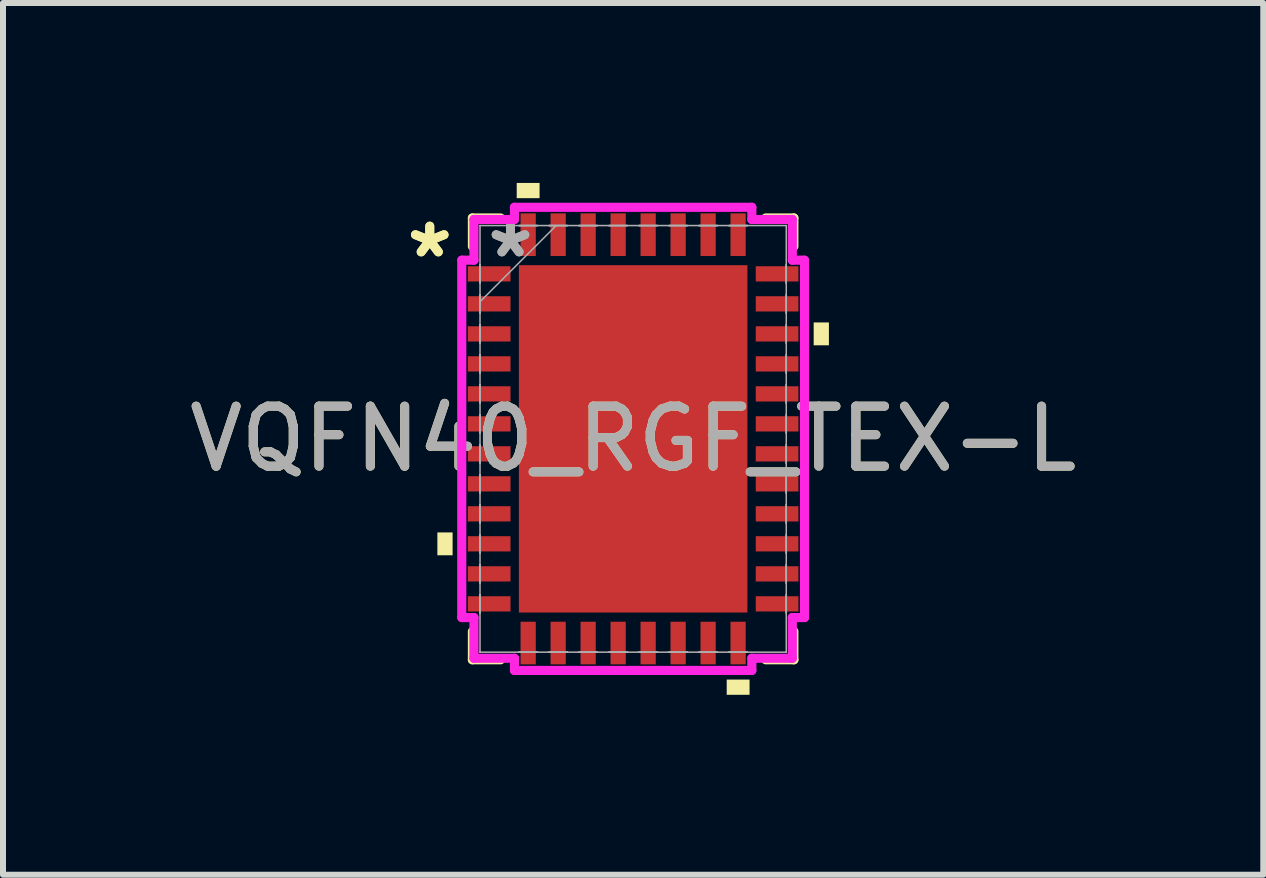
<source format=kicad_pcb>
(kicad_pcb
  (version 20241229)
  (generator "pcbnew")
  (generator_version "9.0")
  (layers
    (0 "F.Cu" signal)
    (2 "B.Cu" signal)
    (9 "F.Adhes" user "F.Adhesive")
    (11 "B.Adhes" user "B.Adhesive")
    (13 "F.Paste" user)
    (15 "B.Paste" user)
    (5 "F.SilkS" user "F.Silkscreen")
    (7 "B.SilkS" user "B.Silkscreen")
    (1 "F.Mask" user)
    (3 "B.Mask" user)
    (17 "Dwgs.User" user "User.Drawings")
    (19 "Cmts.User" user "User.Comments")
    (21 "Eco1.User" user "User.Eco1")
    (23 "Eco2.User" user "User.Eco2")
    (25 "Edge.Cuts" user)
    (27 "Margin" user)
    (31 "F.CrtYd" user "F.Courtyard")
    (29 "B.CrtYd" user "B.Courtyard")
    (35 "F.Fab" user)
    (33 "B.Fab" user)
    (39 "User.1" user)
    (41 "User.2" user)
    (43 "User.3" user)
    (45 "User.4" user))
  (footprint "VQFN40_RGF_TEX-L"
    (layer "F.Cu")
    (at 7.506 4.267)
    (property "Reference" "VQFN40_RGF_TEX-L" (at 0 0 0) (unlocked yes) (layer "F.SilkS") (effects (font (size 1 1) (thickness 0.15))))
    (attr smd)
    (fp_line (start -2.68 -3.683) (end -2.68 -3.21) (stroke (width 0.152) (type solid)) (layer "F.SilkS"))
    (fp_line (start -2.68 3.21) (end -2.68 3.683) (stroke (width 0.152) (type solid)) (layer "F.SilkS"))
    (fp_line (start -2.68 3.683) (end -2.21 3.683) (stroke (width 0.152) (type solid)) (layer "F.SilkS"))
    (fp_line (start -2.21 -3.683) (end -2.68 -3.683) (stroke (width 0.152) (type solid)) (layer "F.SilkS"))
    (fp_line (start 2.21 3.683) (end 2.68 3.683) (stroke (width 0.152) (type solid)) (layer "F.SilkS"))
    (fp_line (start 2.68 -3.683) (end 2.21 -3.683) (stroke (width 0.152) (type solid)) (layer "F.SilkS"))
    (fp_line (start 2.68 -3.21) (end 2.68 -3.683) (stroke (width 0.152) (type solid)) (layer "F.SilkS"))
    (fp_line (start 2.68 3.683) (end 2.68 3.21) (stroke (width 0.152) (type solid)) (layer "F.SilkS"))
    (fp_poly (pts (xy -3.264 1.56) (xy -3.264 1.941) (xy -3.01 1.941) (xy -3.01 1.56)) (stroke (width 0) (type solid)) (fill yes) (layer "F.SilkS"))
    (fp_poly (pts (xy -1.941 -4.013) (xy -1.941 -4.267) (xy -1.56 -4.267) (xy -1.56 -4.013)) (stroke (width 0) (type solid)) (fill yes) (layer "F.SilkS"))
    (fp_poly (pts (xy 1.56 4.013) (xy 1.56 4.267) (xy 1.941 4.267) (xy 1.941 4.013)) (stroke (width 0) (type solid)) (fill yes) (layer "F.SilkS"))
    (fp_poly (pts (xy 3.264 -1.941) (xy 3.264 -1.56) (xy 3.01 -1.56) (xy 3.01 -1.941)) (stroke (width 0) (type solid)) (fill yes) (layer "F.SilkS"))
    (fp_poly (pts (xy -1.805 -2.796) (xy -1.805 -1.548) (xy -0.735 -1.548) (xy -0.735 -2.796)) (stroke (width 0) (type solid)) (fill yes) (layer "F.Paste"))
    (fp_poly (pts (xy -1.805 -1.348) (xy -1.805 -0.1) (xy -0.735 -0.1) (xy -0.735 -1.348)) (stroke (width 0) (type solid)) (fill yes) (layer "F.Paste"))
    (fp_poly (pts (xy -1.805 0.1) (xy -1.805 1.348) (xy -0.735 1.348) (xy -0.735 0.1)) (stroke (width 0) (type solid)) (fill yes) (layer "F.Paste"))
    (fp_poly (pts (xy -1.805 1.548) (xy -1.805 2.796) (xy -0.735 2.796) (xy -0.735 1.548)) (stroke (width 0) (type solid)) (fill yes) (layer "F.Paste"))
    (fp_poly (pts (xy -0.535 -2.796) (xy -0.535 -1.548) (xy 0.535 -1.548) (xy 0.535 -2.796)) (stroke (width 0) (type solid)) (fill yes) (layer "F.Paste"))
    (fp_poly (pts (xy -0.535 -1.348) (xy -0.535 -0.1) (xy 0.535 -0.1) (xy 0.535 -1.348)) (stroke (width 0) (type solid)) (fill yes) (layer "F.Paste"))
    (fp_poly (pts (xy -0.535 0.1) (xy -0.535 1.348) (xy 0.535 1.348) (xy 0.535 0.1)) (stroke (width 0) (type solid)) (fill yes) (layer "F.Paste"))
    (fp_poly (pts (xy -0.535 1.548) (xy -0.535 2.796) (xy 0.535 2.796) (xy 0.535 1.548)) (stroke (width 0) (type solid)) (fill yes) (layer "F.Paste"))
    (fp_poly (pts (xy 0.735 -2.796) (xy 0.735 -1.548) (xy 1.805 -1.548) (xy 1.805 -2.796)) (stroke (width 0) (type solid)) (fill yes) (layer "F.Paste"))
    (fp_poly (pts (xy 0.735 -1.348) (xy 0.735 -0.1) (xy 1.805 -0.1) (xy 1.805 -1.348)) (stroke (width 0) (type solid)) (fill yes) (layer "F.Paste"))
    (fp_poly (pts (xy 0.735 0.1) (xy 0.735 1.348) (xy 1.805 1.348) (xy 1.805 0.1)) (stroke (width 0) (type solid)) (fill yes) (layer "F.Paste"))
    (fp_poly (pts (xy 0.735 1.548) (xy 0.735 2.796) (xy 1.805 2.796) (xy 1.805 1.548)) (stroke (width 0) (type solid)) (fill yes) (layer "F.Paste"))
    (fp_line (start -2.857 -2.979) (end -2.654 -2.979) (stroke (width 0.152) (type solid)) (layer "F.CrtYd"))
    (fp_line (start -2.857 2.979) (end -2.857 -2.979) (stroke (width 0.152) (type solid)) (layer "F.CrtYd"))
    (fp_line (start -2.654 -3.658) (end -1.979 -3.658) (stroke (width 0.152) (type solid)) (layer "F.CrtYd"))
    (fp_line (start -2.654 -2.979) (end -2.654 -3.658) (stroke (width 0.152) (type solid)) (layer "F.CrtYd"))
    (fp_line (start -2.654 2.979) (end -2.857 2.979) (stroke (width 0.152) (type solid)) (layer "F.CrtYd"))
    (fp_line (start -2.654 3.658) (end -2.654 2.979) (stroke (width 0.152) (type solid)) (layer "F.CrtYd"))
    (fp_line (start -1.979 -3.861) (end 1.979 -3.861) (stroke (width 0.152) (type solid)) (layer "F.CrtYd"))
    (fp_line (start -1.979 -3.658) (end -1.979 -3.861) (stroke (width 0.152) (type solid)) (layer "F.CrtYd"))
    (fp_line (start -1.979 3.658) (end -2.654 3.658) (stroke (width 0.152) (type solid)) (layer "F.CrtYd"))
    (fp_line (start -1.979 3.861) (end -1.979 3.658) (stroke (width 0.152) (type solid)) (layer "F.CrtYd"))
    (fp_line (start 1.979 -3.861) (end 1.979 -3.658) (stroke (width 0.152) (type solid)) (layer "F.CrtYd"))
    (fp_line (start 1.979 -3.658) (end 2.654 -3.658) (stroke (width 0.152) (type solid)) (layer "F.CrtYd"))
    (fp_line (start 1.979 3.658) (end 1.979 3.861) (stroke (width 0.152) (type solid)) (layer "F.CrtYd"))
    (fp_line (start 1.979 3.861) (end -1.979 3.861) (stroke (width 0.152) (type solid)) (layer "F.CrtYd"))
    (fp_line (start 2.654 -3.658) (end 2.654 -2.979) (stroke (width 0.152) (type solid)) (layer "F.CrtYd"))
    (fp_line (start 2.654 -2.979) (end 2.857 -2.979) (stroke (width 0.152) (type solid)) (layer "F.CrtYd"))
    (fp_line (start 2.654 2.979) (end 2.654 3.658) (stroke (width 0.152) (type solid)) (layer "F.CrtYd"))
    (fp_line (start 2.654 3.658) (end 1.979 3.658) (stroke (width 0.152) (type solid)) (layer "F.CrtYd"))
    (fp_line (start 2.857 -2.979) (end 2.857 2.979) (stroke (width 0.152) (type solid)) (layer "F.CrtYd"))
    (fp_line (start 2.857 2.979) (end 2.654 2.979) (stroke (width 0.152) (type solid)) (layer "F.CrtYd"))
    (fp_line (start -2.553 -3.556) (end -2.553 -3.556) (stroke (width 0.025) (type solid)) (layer "F.Fab"))
    (fp_line (start -2.553 -3.556) (end -2.553 3.556) (stroke (width 0.025) (type solid)) (layer "F.Fab"))
    (fp_line (start -2.553 -2.903) (end -2.553 -2.903) (stroke (width 0.025) (type solid)) (layer "F.Fab"))
    (fp_line (start -2.553 -2.903) (end -2.553 -2.598) (stroke (width 0.025) (type solid)) (layer "F.Fab"))
    (fp_line (start -2.553 -2.598) (end -2.553 -2.903) (stroke (width 0.025) (type solid)) (layer "F.Fab"))
    (fp_line (start -2.553 -2.598) (end -2.553 -2.598) (stroke (width 0.025) (type solid)) (layer "F.Fab"))
    (fp_line (start -2.553 -2.403) (end -2.553 -2.403) (stroke (width 0.025) (type solid)) (layer "F.Fab"))
    (fp_line (start -2.553 -2.403) (end -2.553 -2.098) (stroke (width 0.025) (type solid)) (layer "F.Fab"))
    (fp_line (start -2.553 -2.286) (end -1.283 -3.556) (stroke (width 0.025) (type solid)) (layer "F.Fab"))
    (fp_line (start -2.553 -2.098) (end -2.553 -2.403) (stroke (width 0.025) (type solid)) (layer "F.Fab"))
    (fp_line (start -2.553 -2.098) (end -2.553 -2.098) (stroke (width 0.025) (type solid)) (layer "F.Fab"))
    (fp_line (start -2.553 -1.903) (end -2.553 -1.903) (stroke (width 0.025) (type solid)) (layer "F.Fab"))
    (fp_line (start -2.553 -1.903) (end -2.553 -1.598) (stroke (width 0.025) (type solid)) (layer "F.Fab"))
    (fp_line (start -2.553 -1.598) (end -2.553 -1.903) (stroke (width 0.025) (type solid)) (layer "F.Fab"))
    (fp_line (start -2.553 -1.598) (end -2.553 -1.598) (stroke (width 0.025) (type solid)) (layer "F.Fab"))
    (fp_line (start -2.553 -1.403) (end -2.553 -1.403) (stroke (width 0.025) (type solid)) (layer "F.Fab"))
    (fp_line (start -2.553 -1.403) (end -2.553 -1.098) (stroke (width 0.025) (type solid)) (layer "F.Fab"))
    (fp_line (start -2.553 -1.098) (end -2.553 -1.403) (stroke (width 0.025) (type solid)) (layer "F.Fab"))
    (fp_line (start -2.553 -1.098) (end -2.553 -1.098) (stroke (width 0.025) (type solid)) (layer "F.Fab"))
    (fp_line (start -2.553 -0.903) (end -2.553 -0.903) (stroke (width 0.025) (type solid)) (layer "F.Fab"))
    (fp_line (start -2.553 -0.903) (end -2.553 -0.598) (stroke (width 0.025) (type solid)) (layer "F.Fab"))
    (fp_line (start -2.553 -0.598) (end -2.553 -0.903) (stroke (width 0.025) (type solid)) (layer "F.Fab"))
    (fp_line (start -2.553 -0.598) (end -2.553 -0.598) (stroke (width 0.025) (type solid)) (layer "F.Fab"))
    (fp_line (start -2.553 -0.402) (end -2.553 -0.402) (stroke (width 0.025) (type solid)) (layer "F.Fab"))
    (fp_line (start -2.553 -0.402) (end -2.553 -0.098) (stroke (width 0.025) (type solid)) (layer "F.Fab"))
    (fp_line (start -2.553 -0.098) (end -2.553 -0.402) (stroke (width 0.025) (type solid)) (layer "F.Fab"))
    (fp_line (start -2.553 -0.098) (end -2.553 -0.098) (stroke (width 0.025) (type solid)) (layer "F.Fab"))
    (fp_line (start -2.553 0.098) (end -2.553 0.098) (stroke (width 0.025) (type solid)) (layer "F.Fab"))
    (fp_line (start -2.553 0.098) (end -2.553 0.402) (stroke (width 0.025) (type solid)) (layer "F.Fab"))
    (fp_line (start -2.553 0.402) (end -2.553 0.098) (stroke (width 0.025) (type solid)) (layer "F.Fab"))
    (fp_line (start -2.553 0.402) (end -2.553 0.402) (stroke (width 0.025) (type solid)) (layer "F.Fab"))
    (fp_line (start -2.553 0.598) (end -2.553 0.598) (stroke (width 0.025) (type solid)) (layer "F.Fab"))
    (fp_line (start -2.553 0.598) (end -2.553 0.903) (stroke (width 0.025) (type solid)) (layer "F.Fab"))
    (fp_line (start -2.553 0.903) (end -2.553 0.598) (stroke (width 0.025) (type solid)) (layer "F.Fab"))
    (fp_line (start -2.553 0.903) (end -2.553 0.903) (stroke (width 0.025) (type solid)) (layer "F.Fab"))
    (fp_line (start -2.553 1.098) (end -2.553 1.098) (stroke (width 0.025) (type solid)) (layer "F.Fab"))
    (fp_line (start -2.553 1.098) (end -2.553 1.403) (stroke (width 0.025) (type solid)) (layer "F.Fab"))
    (fp_line (start -2.553 1.403) (end -2.553 1.098) (stroke (width 0.025) (type solid)) (layer "F.Fab"))
    (fp_line (start -2.553 1.403) (end -2.553 1.403) (stroke (width 0.025) (type solid)) (layer "F.Fab"))
    (fp_line (start -2.553 1.598) (end -2.553 1.598) (stroke (width 0.025) (type solid)) (layer "F.Fab"))
    (fp_line (start -2.553 1.598) (end -2.553 1.903) (stroke (width 0.025) (type solid)) (layer "F.Fab"))
    (fp_line (start -2.553 1.903) (end -2.553 1.598) (stroke (width 0.025) (type solid)) (layer "F.Fab"))
    (fp_line (start -2.553 1.903) (end -2.553 1.903) (stroke (width 0.025) (type solid)) (layer "F.Fab"))
    (fp_line (start -2.553 2.098) (end -2.553 2.098) (stroke (width 0.025) (type solid)) (layer "F.Fab"))
    (fp_line (start -2.553 2.098) (end -2.553 2.403) (stroke (width 0.025) (type solid)) (layer "F.Fab"))
    (fp_line (start -2.553 2.403) (end -2.553 2.098) (stroke (width 0.025) (type solid)) (layer "F.Fab"))
    (fp_line (start -2.553 2.403) (end -2.553 2.403) (stroke (width 0.025) (type solid)) (layer "F.Fab"))
    (fp_line (start -2.553 2.598) (end -2.553 2.598) (stroke (width 0.025) (type solid)) (layer "F.Fab"))
    (fp_line (start -2.553 2.598) (end -2.553 2.903) (stroke (width 0.025) (type solid)) (layer "F.Fab"))
    (fp_line (start -2.553 2.903) (end -2.553 2.598) (stroke (width 0.025) (type solid)) (layer "F.Fab"))
    (fp_line (start -2.553 2.903) (end -2.553 2.903) (stroke (width 0.025) (type solid)) (layer "F.Fab"))
    (fp_line (start -2.553 3.556) (end -2.553 3.556) (stroke (width 0.025) (type solid)) (layer "F.Fab"))
    (fp_line (start -2.553 3.556) (end 2.553 3.556) (stroke (width 0.025) (type solid)) (layer "F.Fab"))
    (fp_line (start -1.903 -3.556) (end -1.903 -3.556) (stroke (width 0.025) (type solid)) (layer "F.Fab"))
    (fp_line (start -1.903 -3.556) (end -1.598 -3.556) (stroke (width 0.025) (type solid)) (layer "F.Fab"))
    (fp_line (start -1.903 3.556) (end -1.903 3.556) (stroke (width 0.025) (type solid)) (layer "F.Fab"))
    (fp_line (start -1.903 3.556) (end -1.598 3.556) (stroke (width 0.025) (type solid)) (layer "F.Fab"))
    (fp_line (start -1.598 -3.556) (end -1.903 -3.556) (stroke (width 0.025) (type solid)) (layer "F.Fab"))
    (fp_line (start -1.598 -3.556) (end -1.598 -3.556) (stroke (width 0.025) (type solid)) (layer "F.Fab"))
    (fp_line (start -1.598 3.556) (end -1.903 3.556) (stroke (width 0.025) (type solid)) (layer "F.Fab"))
    (fp_line (start -1.598 3.556) (end -1.598 3.556) (stroke (width 0.025) (type solid)) (layer "F.Fab"))
    (fp_line (start -1.403 -3.556) (end -1.403 -3.556) (stroke (width 0.025) (type solid)) (layer "F.Fab"))
    (fp_line (start -1.403 -3.556) (end -1.098 -3.556) (stroke (width 0.025) (type solid)) (layer "F.Fab"))
    (fp_line (start -1.403 3.556) (end -1.403 3.556) (stroke (width 0.025) (type solid)) (layer "F.Fab"))
    (fp_line (start -1.403 3.556) (end -1.098 3.556) (stroke (width 0.025) (type solid)) (layer "F.Fab"))
    (fp_line (start -1.098 -3.556) (end -1.403 -3.556) (stroke (width 0.025) (type solid)) (layer "F.Fab"))
    (fp_line (start -1.098 -3.556) (end -1.098 -3.556) (stroke (width 0.025) (type solid)) (layer "F.Fab"))
    (fp_line (start -1.098 3.556) (end -1.403 3.556) (stroke (width 0.025) (type solid)) (layer "F.Fab"))
    (fp_line (start -1.098 3.556) (end -1.098 3.556) (stroke (width 0.025) (type solid)) (layer "F.Fab"))
    (fp_line (start -0.903 -3.556) (end -0.903 -3.556) (stroke (width 0.025) (type solid)) (layer "F.Fab"))
    (fp_line (start -0.903 -3.556) (end -0.598 -3.556) (stroke (width 0.025) (type solid)) (layer "F.Fab"))
    (fp_line (start -0.903 3.556) (end -0.903 3.556) (stroke (width 0.025) (type solid)) (layer "F.Fab"))
    (fp_line (start -0.903 3.556) (end -0.598 3.556) (stroke (width 0.025) (type solid)) (layer "F.Fab"))
    (fp_line (start -0.598 -3.556) (end -0.903 -3.556) (stroke (width 0.025) (type solid)) (layer "F.Fab"))
    (fp_line (start -0.598 -3.556) (end -0.598 -3.556) (stroke (width 0.025) (type solid)) (layer "F.Fab"))
    (fp_line (start -0.598 3.556) (end -0.903 3.556) (stroke (width 0.025) (type solid)) (layer "F.Fab"))
    (fp_line (start -0.598 3.556) (end -0.598 3.556) (stroke (width 0.025) (type solid)) (layer "F.Fab"))
    (fp_line (start -0.402 -3.556) (end -0.402 -3.556) (stroke (width 0.025) (type solid)) (layer "F.Fab"))
    (fp_line (start -0.402 -3.556) (end -0.098 -3.556) (stroke (width 0.025) (type solid)) (layer "F.Fab"))
    (fp_line (start -0.402 3.556) (end -0.402 3.556) (stroke (width 0.025) (type solid)) (layer "F.Fab"))
    (fp_line (start -0.402 3.556) (end -0.098 3.556) (stroke (width 0.025) (type solid)) (layer "F.Fab"))
    (fp_line (start -0.098 -3.556) (end -0.402 -3.556) (stroke (width 0.025) (type solid)) (layer "F.Fab"))
    (fp_line (start -0.098 -3.556) (end -0.098 -3.556) (stroke (width 0.025) (type solid)) (layer "F.Fab"))
    (fp_line (start -0.098 3.556) (end -0.402 3.556) (stroke (width 0.025) (type solid)) (layer "F.Fab"))
    (fp_line (start -0.098 3.556) (end -0.098 3.556) (stroke (width 0.025) (type solid)) (layer "F.Fab"))
    (fp_line (start 0.098 -3.556) (end 0.098 -3.556) (stroke (width 0.025) (type solid)) (layer "F.Fab"))
    (fp_line (start 0.098 -3.556) (end 0.402 -3.556) (stroke (width 0.025) (type solid)) (layer "F.Fab"))
    (fp_line (start 0.098 3.556) (end 0.098 3.556) (stroke (width 0.025) (type solid)) (layer "F.Fab"))
    (fp_line (start 0.098 3.556) (end 0.402 3.556) (stroke (width 0.025) (type solid)) (layer "F.Fab"))
    (fp_line (start 0.402 -3.556) (end 0.098 -3.556) (stroke (width 0.025) (type solid)) (layer "F.Fab"))
    (fp_line (start 0.402 -3.556) (end 0.402 -3.556) (stroke (width 0.025) (type solid)) (layer "F.Fab"))
    (fp_line (start 0.402 3.556) (end 0.098 3.556) (stroke (width 0.025) (type solid)) (layer "F.Fab"))
    (fp_line (start 0.402 3.556) (end 0.402 3.556) (stroke (width 0.025) (type solid)) (layer "F.Fab"))
    (fp_line (start 0.598 -3.556) (end 0.598 -3.556) (stroke (width 0.025) (type solid)) (layer "F.Fab"))
    (fp_line (start 0.598 -3.556) (end 0.903 -3.556) (stroke (width 0.025) (type solid)) (layer "F.Fab"))
    (fp_line (start 0.598 3.556) (end 0.598 3.556) (stroke (width 0.025) (type solid)) (layer "F.Fab"))
    (fp_line (start 0.598 3.556) (end 0.903 3.556) (stroke (width 0.025) (type solid)) (layer "F.Fab"))
    (fp_line (start 0.903 -3.556) (end 0.598 -3.556) (stroke (width 0.025) (type solid)) (layer "F.Fab"))
    (fp_line (start 0.903 -3.556) (end 0.903 -3.556) (stroke (width 0.025) (type solid)) (layer "F.Fab"))
    (fp_line (start 0.903 3.556) (end 0.598 3.556) (stroke (width 0.025) (type solid)) (layer "F.Fab"))
    (fp_line (start 0.903 3.556) (end 0.903 3.556) (stroke (width 0.025) (type solid)) (layer "F.Fab"))
    (fp_line (start 1.098 -3.556) (end 1.098 -3.556) (stroke (width 0.025) (type solid)) (layer "F.Fab"))
    (fp_line (start 1.098 -3.556) (end 1.403 -3.556) (stroke (width 0.025) (type solid)) (layer "F.Fab"))
    (fp_line (start 1.098 3.556) (end 1.098 3.556) (stroke (width 0.025) (type solid)) (layer "F.Fab"))
    (fp_line (start 1.098 3.556) (end 1.403 3.556) (stroke (width 0.025) (type solid)) (layer "F.Fab"))
    (fp_line (start 1.403 -3.556) (end 1.098 -3.556) (stroke (width 0.025) (type solid)) (layer "F.Fab"))
    (fp_line (start 1.403 -3.556) (end 1.403 -3.556) (stroke (width 0.025) (type solid)) (layer "F.Fab"))
    (fp_line (start 1.403 3.556) (end 1.098 3.556) (stroke (width 0.025) (type solid)) (layer "F.Fab"))
    (fp_line (start 1.403 3.556) (end 1.403 3.556) (stroke (width 0.025) (type solid)) (layer "F.Fab"))
    (fp_line (start 1.598 -3.556) (end 1.598 -3.556) (stroke (width 0.025) (type solid)) (layer "F.Fab"))
    (fp_line (start 1.598 -3.556) (end 1.903 -3.556) (stroke (width 0.025) (type solid)) (layer "F.Fab"))
    (fp_line (start 1.598 3.556) (end 1.598 3.556) (stroke (width 0.025) (type solid)) (layer "F.Fab"))
    (fp_line (start 1.598 3.556) (end 1.903 3.556) (stroke (width 0.025) (type solid)) (layer "F.Fab"))
    (fp_line (start 1.903 -3.556) (end 1.598 -3.556) (stroke (width 0.025) (type solid)) (layer "F.Fab"))
    (fp_line (start 1.903 -3.556) (end 1.903 -3.556) (stroke (width 0.025) (type solid)) (layer "F.Fab"))
    (fp_line (start 1.903 3.556) (end 1.598 3.556) (stroke (width 0.025) (type solid)) (layer "F.Fab"))
    (fp_line (start 1.903 3.556) (end 1.903 3.556) (stroke (width 0.025) (type solid)) (layer "F.Fab"))
    (fp_line (start 2.553 -3.556) (end -2.553 -3.556) (stroke (width 0.025) (type solid)) (layer "F.Fab"))
    (fp_line (start 2.553 -3.556) (end 2.553 -3.556) (stroke (width 0.025) (type solid)) (layer "F.Fab"))
    (fp_line (start 2.553 -2.903) (end 2.553 -2.903) (stroke (width 0.025) (type solid)) (layer "F.Fab"))
    (fp_line (start 2.553 -2.903) (end 2.553 -2.598) (stroke (width 0.025) (type solid)) (layer "F.Fab"))
    (fp_line (start 2.553 -2.598) (end 2.553 -2.903) (stroke (width 0.025) (type solid)) (layer "F.Fab"))
    (fp_line (start 2.553 -2.598) (end 2.553 -2.598) (stroke (width 0.025) (type solid)) (layer "F.Fab"))
    (fp_line (start 2.553 -2.403) (end 2.553 -2.403) (stroke (width 0.025) (type solid)) (layer "F.Fab"))
    (fp_line (start 2.553 -2.403) (end 2.553 -2.098) (stroke (width 0.025) (type solid)) (layer "F.Fab"))
    (fp_line (start 2.553 -2.098) (end 2.553 -2.403) (stroke (width 0.025) (type solid)) (layer "F.Fab"))
    (fp_line (start 2.553 -2.098) (end 2.553 -2.098) (stroke (width 0.025) (type solid)) (layer "F.Fab"))
    (fp_line (start 2.553 -1.903) (end 2.553 -1.903) (stroke (width 0.025) (type solid)) (layer "F.Fab"))
    (fp_line (start 2.553 -1.903) (end 2.553 -1.598) (stroke (width 0.025) (type solid)) (layer "F.Fab"))
    (fp_line (start 2.553 -1.598) (end 2.553 -1.903) (stroke (width 0.025) (type solid)) (layer "F.Fab"))
    (fp_line (start 2.553 -1.598) (end 2.553 -1.598) (stroke (width 0.025) (type solid)) (layer "F.Fab"))
    (fp_line (start 2.553 -1.403) (end 2.553 -1.403) (stroke (width 0.025) (type solid)) (layer "F.Fab"))
    (fp_line (start 2.553 -1.403) (end 2.553 -1.098) (stroke (width 0.025) (type solid)) (layer "F.Fab"))
    (fp_line (start 2.553 -1.098) (end 2.553 -1.403) (stroke (width 0.025) (type solid)) (layer "F.Fab"))
    (fp_line (start 2.553 -1.098) (end 2.553 -1.098) (stroke (width 0.025) (type solid)) (layer "F.Fab"))
    (fp_line (start 2.553 -0.903) (end 2.553 -0.903) (stroke (width 0.025) (type solid)) (layer "F.Fab"))
    (fp_line (start 2.553 -0.903) (end 2.553 -0.598) (stroke (width 0.025) (type solid)) (layer "F.Fab"))
    (fp_line (start 2.553 -0.598) (end 2.553 -0.903) (stroke (width 0.025) (type solid)) (layer "F.Fab"))
    (fp_line (start 2.553 -0.598) (end 2.553 -0.598) (stroke (width 0.025) (type solid)) (layer "F.Fab"))
    (fp_line (start 2.553 -0.402) (end 2.553 -0.402) (stroke (width 0.025) (type solid)) (layer "F.Fab"))
    (fp_line (start 2.553 -0.402) (end 2.553 -0.098) (stroke (width 0.025) (type solid)) (layer "F.Fab"))
    (fp_line (start 2.553 -0.098) (end 2.553 -0.402) (stroke (width 0.025) (type solid)) (layer "F.Fab"))
    (fp_line (start 2.553 -0.098) (end 2.553 -0.098) (stroke (width 0.025) (type solid)) (layer "F.Fab"))
    (fp_line (start 2.553 0.098) (end 2.553 0.098) (stroke (width 0.025) (type solid)) (layer "F.Fab"))
    (fp_line (start 2.553 0.098) (end 2.553 0.402) (stroke (width 0.025) (type solid)) (layer "F.Fab"))
    (fp_line (start 2.553 0.402) (end 2.553 0.098) (stroke (width 0.025) (type solid)) (layer "F.Fab"))
    (fp_line (start 2.553 0.402) (end 2.553 0.402) (stroke (width 0.025) (type solid)) (layer "F.Fab"))
    (fp_line (start 2.553 0.598) (end 2.553 0.598) (stroke (width 0.025) (type solid)) (layer "F.Fab"))
    (fp_line (start 2.553 0.598) (end 2.553 0.903) (stroke (width 0.025) (type solid)) (layer "F.Fab"))
    (fp_line (start 2.553 0.903) (end 2.553 0.598) (stroke (width 0.025) (type solid)) (layer "F.Fab"))
    (fp_line (start 2.553 0.903) (end 2.553 0.903) (stroke (width 0.025) (type solid)) (layer "F.Fab"))
    (fp_line (start 2.553 1.098) (end 2.553 1.098) (stroke (width 0.025) (type solid)) (layer "F.Fab"))
    (fp_line (start 2.553 1.098) (end 2.553 1.403) (stroke (width 0.025) (type solid)) (layer "F.Fab"))
    (fp_line (start 2.553 1.403) (end 2.553 1.098) (stroke (width 0.025) (type solid)) (layer "F.Fab"))
    (fp_line (start 2.553 1.403) (end 2.553 1.403) (stroke (width 0.025) (type solid)) (layer "F.Fab"))
    (fp_line (start 2.553 1.598) (end 2.553 1.598) (stroke (width 0.025) (type solid)) (layer "F.Fab"))
    (fp_line (start 2.553 1.598) (end 2.553 1.903) (stroke (width 0.025) (type solid)) (layer "F.Fab"))
    (fp_line (start 2.553 1.903) (end 2.553 1.598) (stroke (width 0.025) (type solid)) (layer "F.Fab"))
    (fp_line (start 2.553 1.903) (end 2.553 1.903) (stroke (width 0.025) (type solid)) (layer "F.Fab"))
    (fp_line (start 2.553 2.098) (end 2.553 2.098) (stroke (width 0.025) (type solid)) (layer "F.Fab"))
    (fp_line (start 2.553 2.098) (end 2.553 2.403) (stroke (width 0.025) (type solid)) (layer "F.Fab"))
    (fp_line (start 2.553 2.403) (end 2.553 2.098) (stroke (width 0.025) (type solid)) (layer "F.Fab"))
    (fp_line (start 2.553 2.403) (end 2.553 2.403) (stroke (width 0.025) (type solid)) (layer "F.Fab"))
    (fp_line (start 2.553 2.598) (end 2.553 2.598) (stroke (width 0.025) (type solid)) (layer "F.Fab"))
    (fp_line (start 2.553 2.598) (end 2.553 2.903) (stroke (width 0.025) (type solid)) (layer "F.Fab"))
    (fp_line (start 2.553 2.903) (end 2.553 2.598) (stroke (width 0.025) (type solid)) (layer "F.Fab"))
    (fp_line (start 2.553 2.903) (end 2.553 2.903) (stroke (width 0.025) (type solid)) (layer "F.Fab"))
    (fp_line (start 2.553 3.556) (end 2.553 -3.556) (stroke (width 0.025) (type solid)) (layer "F.Fab"))
    (fp_line (start 2.553 3.556) (end 2.553 3.556) (stroke (width 0.025) (type solid)) (layer "F.Fab"))
    (fp_text user "*" (at -3.391 -3.001 0) (unlocked yes) (layer "F.SilkS") (effects (font (size 1 1) (thickness 0.15))))
    (fp_text user "*" (at -3.391 -3.001 0) (layer "F.SilkS") (effects (font (size 1 1) (thickness 0.15))))
    (fp_text user "*" (at -2.045 -3.001 0) (unlocked yes) (layer "F.Fab") (effects (font (size 1 1) (thickness 0.15))))
    (fp_text user "*" (at -2.045 -3.001 0) (layer "F.Fab") (effects (font (size 1 1) (thickness 0.15))))
    (fp_text user "${REFERENCE}" (at 0 0 0) (unlocked yes) (layer "F.Fab") (effects (font (size 1 1) (thickness 0.15))))
    (pad "1" smd rect (at -2.4 -2.751 90) (size 0.254 0.711) (layers "F.Cu" "F.Mask" "F.Paste"))
    (pad "2" smd rect (at -2.4 -2.251 90) (size 0.254 0.711) (layers "F.Cu" "F.Mask" "F.Paste"))
    (pad "3" smd rect (at -2.4 -1.75 90) (size 0.254 0.711) (layers "F.Cu" "F.Mask" "F.Paste"))
    (pad "4" smd rect (at -2.4 -1.25 90) (size 0.254 0.711) (layers "F.Cu" "F.Mask" "F.Paste"))
    (pad "5" smd rect (at -2.4 -0.75 90) (size 0.254 0.711) (layers "F.Cu" "F.Mask" "F.Paste"))
    (pad "6" smd rect (at -2.4 -0.25 90) (size 0.254 0.711) (layers "F.Cu" "F.Mask" "F.Paste"))
    (pad "7" smd rect (at -2.4 0.25 90) (size 0.254 0.711) (layers "F.Cu" "F.Mask" "F.Paste"))
    (pad "8" smd rect (at -2.4 0.75 90) (size 0.254 0.711) (layers "F.Cu" "F.Mask" "F.Paste"))
    (pad "9" smd rect (at -2.4 1.25 90) (size 0.254 0.711) (layers "F.Cu" "F.Mask" "F.Paste"))
    (pad "10" smd rect (at -2.4 1.75 90) (size 0.254 0.711) (layers "F.Cu" "F.Mask" "F.Paste"))
    (pad "11" smd rect (at -2.4 2.251 90) (size 0.254 0.711) (layers "F.Cu" "F.Mask" "F.Paste"))
    (pad "12" smd rect (at -2.4 2.751 90) (size 0.254 0.711) (layers "F.Cu" "F.Mask" "F.Paste"))
    (pad "13" smd rect (at -1.75 3.404) (size 0.254 0.711) (layers "F.Cu" "F.Mask" "F.Paste"))
    (pad "14" smd rect (at -1.25 3.404) (size 0.254 0.711) (layers "F.Cu" "F.Mask" "F.Paste"))
    (pad "15" smd rect (at -0.75 3.404) (size 0.254 0.711) (layers "F.Cu" "F.Mask" "F.Paste"))
    (pad "16" smd rect (at -0.25 3.404) (size 0.254 0.711) (layers "F.Cu" "F.Mask" "F.Paste"))
    (pad "17" smd rect (at 0.25 3.404) (size 0.254 0.711) (layers "F.Cu" "F.Mask" "F.Paste"))
    (pad "18" smd rect (at 0.75 3.404) (size 0.254 0.711) (layers "F.Cu" "F.Mask" "F.Paste"))
    (pad "19" smd rect (at 1.25 3.404) (size 0.254 0.711) (layers "F.Cu" "F.Mask" "F.Paste"))
    (pad "20" smd rect (at 1.75 3.404) (size 0.254 0.711) (layers "F.Cu" "F.Mask" "F.Paste"))
    (pad "21" smd rect (at 2.4 2.751 90) (size 0.254 0.711) (layers "F.Cu" "F.Mask" "F.Paste"))
    (pad "22" smd rect (at 2.4 2.251 90) (size 0.254 0.711) (layers "F.Cu" "F.Mask" "F.Paste"))
    (pad "23" smd rect (at 2.4 1.75 90) (size 0.254 0.711) (layers "F.Cu" "F.Mask" "F.Paste"))
    (pad "24" smd rect (at 2.4 1.25 90) (size 0.254 0.711) (layers "F.Cu" "F.Mask" "F.Paste"))
    (pad "25" smd rect (at 2.4 0.75 90) (size 0.254 0.711) (layers "F.Cu" "F.Mask" "F.Paste"))
    (pad "26" smd rect (at 2.4 0.25 90) (size 0.254 0.711) (layers "F.Cu" "F.Mask" "F.Paste"))
    (pad "27" smd rect (at 2.4 -0.25 90) (size 0.254 0.711) (layers "F.Cu" "F.Mask" "F.Paste"))
    (pad "28" smd rect (at 2.4 -0.75 90) (size 0.254 0.711) (layers "F.Cu" "F.Mask" "F.Paste"))
    (pad "29" smd rect (at 2.4 -1.25 90) (size 0.254 0.711) (layers "F.Cu" "F.Mask" "F.Paste"))
    (pad "30" smd rect (at 2.4 -1.75 90) (size 0.254 0.711) (layers "F.Cu" "F.Mask" "F.Paste"))
    (pad "31" smd rect (at 2.4 -2.251 90) (size 0.254 0.711) (layers "F.Cu" "F.Mask" "F.Paste"))
    (pad "32" smd rect (at 2.4 -2.751 90) (size 0.254 0.711) (layers "F.Cu" "F.Mask" "F.Paste"))
    (pad "33" smd rect (at 1.75 -3.404) (size 0.254 0.711) (layers "F.Cu" "F.Mask" "F.Paste"))
    (pad "34" smd rect (at 1.25 -3.404) (size 0.254 0.711) (layers "F.Cu" "F.Mask" "F.Paste"))
    (pad "35" smd rect (at 0.75 -3.404) (size 0.254 0.711) (layers "F.Cu" "F.Mask" "F.Paste"))
    (pad "36" smd rect (at 0.25 -3.404) (size 0.254 0.711) (layers "F.Cu" "F.Mask" "F.Paste"))
    (pad "37" smd rect (at -0.25 -3.404) (size 0.254 0.711) (layers "F.Cu" "F.Mask" "F.Paste"))
    (pad "38" smd rect (at -0.75 -3.404) (size 0.254 0.711) (layers "F.Cu" "F.Mask" "F.Paste"))
    (pad "39" smd rect (at -1.25 -3.404) (size 0.254 0.711) (layers "F.Cu" "F.Mask" "F.Paste"))
    (pad "40" smd rect (at -1.75 -3.404) (size 0.254 0.711) (layers "F.Cu" "F.Mask" "F.Paste"))
    (pad "41" smd rect (at 0 0) (size 3.81 5.791) (layers "F.Cu" "F.Mask")))
  (gr_rect
    (start -3 -3)
    (end 18.012 11.534)
    (stroke (width 0.1) (type default))
    (fill no)
    (layer "Edge.Cuts")))
</source>
